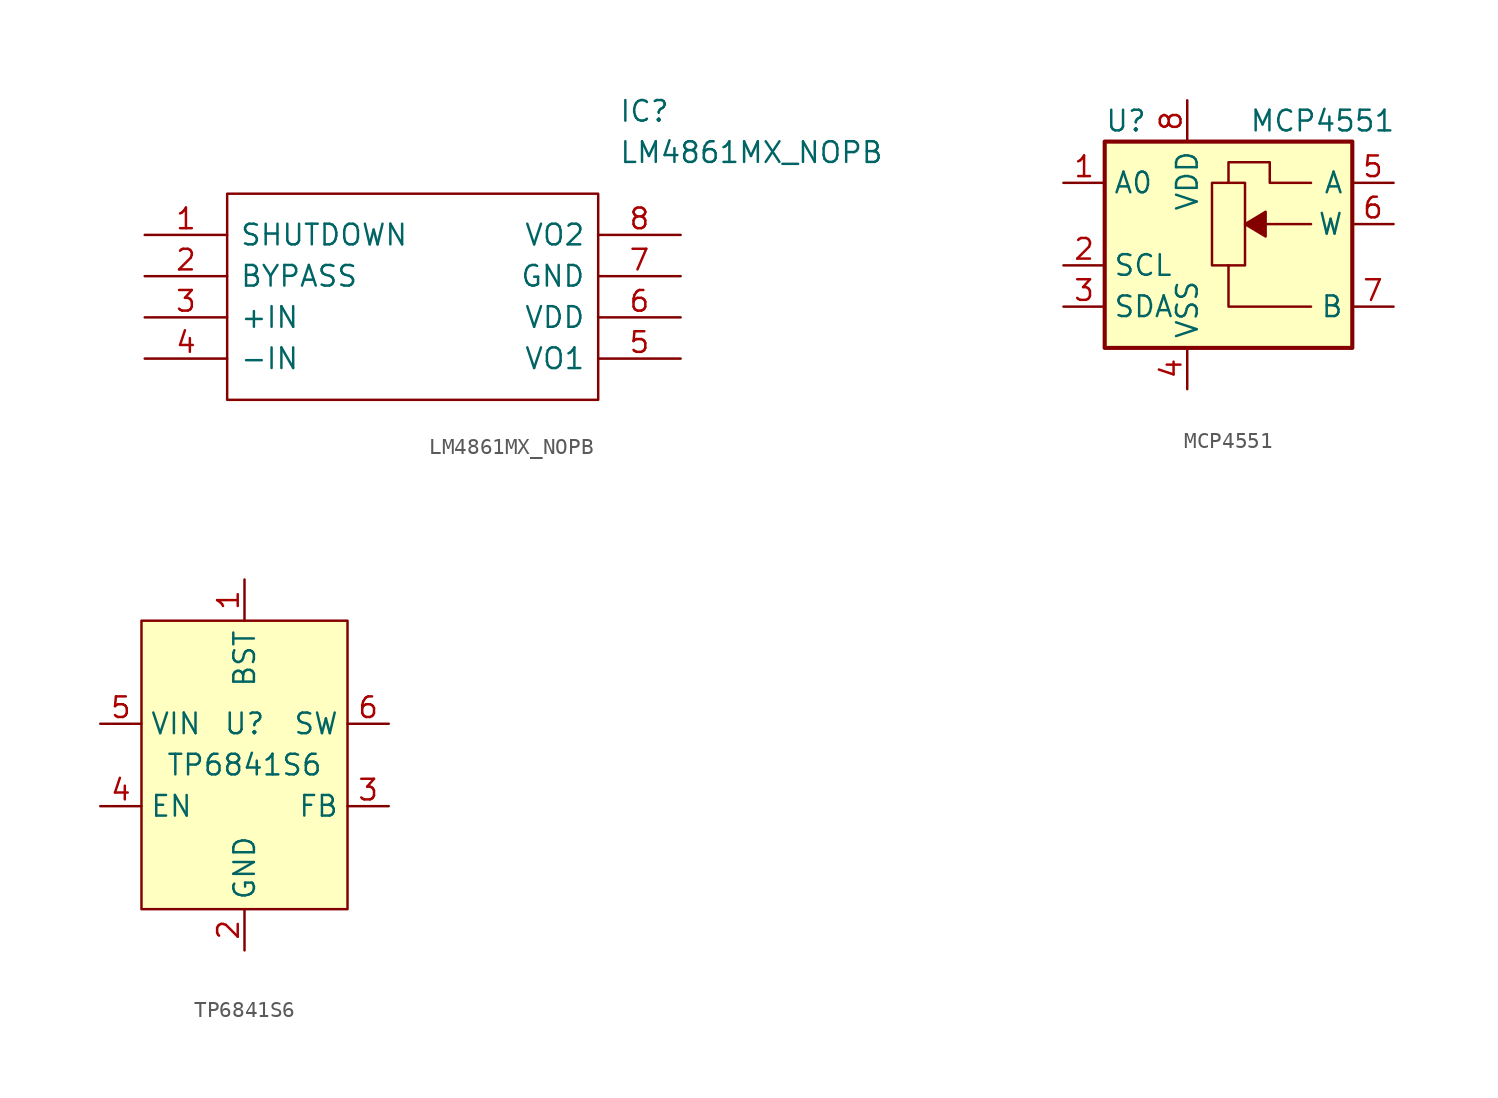
<source format=kicad_sym>
(kicad_symbol_lib
  (version 20211014)
  (generator kicad_symbol_editor)
  (symbol "LM4861MX_NOPB"
    (pin_names
      (offset 0.762))
    (property "Reference" "IC"
      (at 29.21 7.62 0)
      (effects (font (size 1.27 1.27)) (justify left)))
    (property "Value" "LM4861MX_NOPB"
      (at 29.21 5.08 0)
      (effects (font (size 1.27 1.27)) (justify left)))
    (symbol "LM4861MX_NOPB_0_0"
      (pin passive line (at 0 0 0) (length 5.08) (name "SHUTDOWN" (effects (font (size 1.27 1.27)))) (number "1" (effects (font (size 1.27 1.27)))))
      (pin passive line (at 0 -2.54 0) (length 5.08) (name "BYPASS" (effects (font (size 1.27 1.27)))) (number "2" (effects (font (size 1.27 1.27)))))
      (pin passive line (at 0 -5.08 0) (length 5.08) (name "+IN" (effects (font (size 1.27 1.27)))) (number "3" (effects (font (size 1.27 1.27)))))
      (pin passive line (at 0 -7.62 0) (length 5.08) (name "-IN" (effects (font (size 1.27 1.27)))) (number "4" (effects (font (size 1.27 1.27)))))
      (pin passive line (at 33.02 -7.62 180) (length 5.08) (name "VO1" (effects (font (size 1.27 1.27)))) (number "5" (effects (font (size 1.27 1.27)))))
      (pin passive line (at 33.02 -5.08 180) (length 5.08) (name "VDD" (effects (font (size 1.27 1.27)))) (number "6" (effects (font (size 1.27 1.27)))))
      (pin passive line (at 33.02 -2.54 180) (length 5.08) (name "GND" (effects (font (size 1.27 1.27)))) (number "7" (effects (font (size 1.27 1.27)))))
      (pin passive line (at 33.02 0 180) (length 5.08) (name "VO2" (effects (font (size 1.27 1.27)))) (number "8" (effects (font (size 1.27 1.27))))))
    (symbol "LM4861MX_NOPB_0_1"
      (polyline (pts (xy 5.08 2.54) (xy 27.94 2.54) (xy 27.94 -10.16) (xy 5.08 -10.16) (xy 5.08 2.54)) (stroke (width 0.152) (type default) (color 0 0 0 0)) (fill (type none)))))
  (symbol "MCP4551"
    (property "Reference" "U"
      (at -7.62 8.89 0)
      (effects (font (size 1.27 1.27)) (justify left)))
    (property "Value" "MCP4551"
      (at 1.27 8.89 0)
      (effects (font (size 1.27 1.27)) (justify left)))
    (symbol "MCP4551_0_1"
      (polyline (pts (xy 0 0) (xy 0 -2.54) (xy 5.08 -2.54)) (stroke (width 0) (type default) (color 0 0 0 0)) (fill (type none)))
      (polyline (pts (xy 5.08 2.54) (xy 3.81 2.54) (xy 1.27 2.54)) (stroke (width 0) (type default) (color 0 0 0 0)) (fill (type none)))
      (polyline (pts (xy 5.08 5.08) (xy 2.54 5.08) (xy 2.54 6.35) (xy 0 6.35) (xy 0 5.08)) (stroke (width 0) (type default) (color 0 0 0 0)) (fill (type none))))
    (symbol "MCP4551_1_1"
      (rectangle (start -7.62 7.62) (end 7.62 -5.08) (stroke (width 0.254) (type default) (color 0 0 0 0)) (fill (type background)))
      (polyline (pts (xy 2.286 1.778) (xy 2.286 3.302) (xy 1.016 2.54) (xy 2.286 1.778)) (stroke (width 0) (type default) (color 0 0 0 0)) (fill (type outline)))
      (rectangle (start 1.016 0) (end -1.016 5.08) (stroke (width 0) (type default) (color 0 0 0 0)) (fill (type none)))
      (pin input line (at -10.16 5.08 0) (length 2.54) (name "A0" (effects (font (size 1.27 1.27)))) (number "1" (effects (font (size 1.27 1.27)))))
      (pin input line (at -10.16 0 0) (length 2.54) (name "SCL" (effects (font (size 1.27 1.27)))) (number "2" (effects (font (size 1.27 1.27)))))
      (pin input line (at -10.16 -2.54 0) (length 2.54) (name "SDA" (effects (font (size 1.27 1.27)))) (number "3" (effects (font (size 1.27 1.27)))))
      (pin power_in line (at -2.54 -7.62 90) (length 2.54) (name "VSS" (effects (font (size 1.27 1.27)))) (number "4" (effects (font (size 1.27 1.27)))))
      (pin passive line (at 10.16 5.08 180) (length 2.54) (name "A" (effects (font (size 1.27 1.27)))) (number "5" (effects (font (size 1.27 1.27)))))
      (pin passive line (at 10.16 2.54 180) (length 2.54) (name "W" (effects (font (size 1.27 1.27)))) (number "6" (effects (font (size 1.27 1.27)))))
      (pin passive line (at 10.16 -2.54 180) (length 2.54) (name "B" (effects (font (size 1.27 1.27)))) (number "7" (effects (font (size 1.27 1.27)))))
      (pin power_in line (at -2.54 10.16 270) (length 2.54) (name "VDD" (effects (font (size 1.27 1.27)))) (number "8" (effects (font (size 1.27 1.27)))))))
  (symbol "TP6841S6"
    (property "Reference" "U"
      (at 0 2.54 0)
      (effects (font (size 1.27 1.27))))
    (property "Value" "TP6841S6"
      (at 0 0 0)
      (effects (font (size 1.27 1.27))))
    (symbol "TP6841S6_0_1"
      (rectangle (start -6.35 8.89) (end 6.35 -8.89) (stroke (width 0) (type default) (color 0 0 0 0)) (fill (type background))))
    (symbol "TP6841S6_1_1"
      (pin input line (at 0 11.43 270) (length 2.54) (name "BST" (effects (font (size 1.27 1.27)))) (number "1" (effects (font (size 1.27 1.27)))))
      (pin input line (at 0 -11.43 90) (length 2.54) (name "GND" (effects (font (size 1.27 1.27)))) (number "2" (effects (font (size 1.27 1.27)))))
      (pin input line (at 8.89 -2.54 180) (length 2.54) (name "FB" (effects (font (size 1.27 1.27)))) (number "3" (effects (font (size 1.27 1.27)))))
      (pin input line (at -8.89 -2.54 0) (length 2.54) (name "EN" (effects (font (size 1.27 1.27)))) (number "4" (effects (font (size 1.27 1.27)))))
      (pin input line (at -8.89 2.54 0) (length 2.54) (name "VIN" (effects (font (size 1.27 1.27)))) (number "5" (effects (font (size 1.27 1.27)))))
      (pin input line (at 8.89 2.54 180) (length 2.54) (name "SW" (effects (font (size 1.27 1.27)))) (number "6" (effects (font (size 1.27 1.27))))))))
</source>
